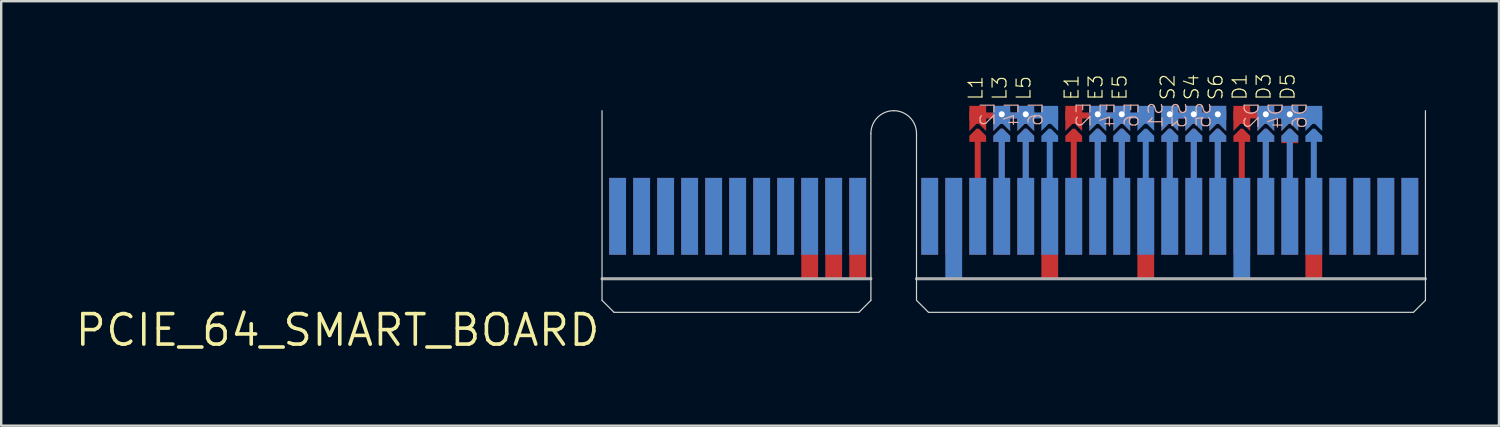
<source format=kicad_pcb>
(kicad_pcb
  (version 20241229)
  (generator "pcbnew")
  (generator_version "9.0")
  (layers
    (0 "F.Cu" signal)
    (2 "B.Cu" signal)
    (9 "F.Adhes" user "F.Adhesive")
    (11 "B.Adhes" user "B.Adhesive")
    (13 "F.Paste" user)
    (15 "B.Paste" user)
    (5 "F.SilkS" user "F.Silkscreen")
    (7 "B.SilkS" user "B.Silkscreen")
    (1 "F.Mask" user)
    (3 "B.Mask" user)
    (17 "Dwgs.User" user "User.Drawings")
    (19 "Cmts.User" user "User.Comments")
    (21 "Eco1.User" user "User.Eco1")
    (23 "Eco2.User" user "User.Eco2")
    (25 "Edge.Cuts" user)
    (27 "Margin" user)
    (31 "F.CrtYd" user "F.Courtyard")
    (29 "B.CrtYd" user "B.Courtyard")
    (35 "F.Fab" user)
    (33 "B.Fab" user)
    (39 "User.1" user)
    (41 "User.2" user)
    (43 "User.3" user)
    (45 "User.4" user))
  (footprint "PCIE_64_SMART_BOARD"
    (layer "F.Cu")
    (at 22.028 9.961)
    (property "Reference" "PCIE_64_SMART_BOARD" (at 0 0 0) (layer "F.SilkS") (effects (font (size 1.27 1.27) (thickness 0.15)) (justify right top)))
    (attr through_hole)
    (fp_line (start 15.65 -7.15) (end 15.65 -5.55) (stroke (width 0.25) (type solid)) (layer "F.Cu"))
    (fp_line (start 16.65 -7.15) (end 16.65 -5.55) (stroke (width 0.25) (type solid)) (layer "F.Cu"))
    (fp_line (start 17.65 -8.2) (end 15.6 -8.2) (stroke (width 0.25) (type solid)) (layer "F.Cu"))
    (fp_line (start 17.65 -7.15) (end 17.65 -5.55) (stroke (width 0.25) (type solid)) (layer "F.Cu"))
    (fp_line (start 19.65 -7.15) (end 19.65 -5.55) (stroke (width 0.25) (type solid)) (layer "F.Cu"))
    (fp_line (start 20.65 -7.15) (end 20.65 -5.55) (stroke (width 0.25) (type solid)) (layer "F.Cu"))
    (fp_line (start 21.65 -7.15) (end 21.65 -5.55) (stroke (width 0.25) (type solid)) (layer "F.Cu"))
    (fp_line (start 21.7 -8.2) (end 19.65 -8.2) (stroke (width 0.25) (type solid)) (layer "F.Cu"))
    (fp_line (start 23.65 -7.15) (end 23.65 -5.55) (stroke (width 0.25) (type solid)) (layer "F.Cu"))
    (fp_line (start 23.7 -8.2) (end 25.7 -8.2) (stroke (width 0.25) (type solid)) (layer "F.Cu"))
    (fp_line (start 24.65 -7.15) (end 24.65 -5.55) (stroke (width 0.25) (type solid)) (layer "F.Cu"))
    (fp_line (start 25.65 -7.15) (end 25.65 -5.55) (stroke (width 0.25) (type solid)) (layer "F.Cu"))
    (fp_line (start 26.65 -7.15) (end 26.65 -5.55) (stroke (width 0.25) (type solid)) (layer "F.Cu"))
    (fp_line (start 26.7 -8.2) (end 28.7 -8.2) (stroke (width 0.25) (type solid)) (layer "F.Cu"))
    (fp_line (start 27.65 -7.15) (end 27.65 -5.55) (stroke (width 0.25) (type solid)) (layer "F.Cu"))
    (fp_line (start 28.65 -7.1) (end 28.65 -5.55) (stroke (width 0.25) (type solid)) (layer "F.Cu"))
    (fp_line (start 28.7 -7.1) (end 28.65 -7.1) (stroke (width 0.127) (type solid)) (layer "F.Cu"))
    (fp_poly (pts (xy 15.3 -8.6) (xy 15.3 -7.55) (xy 15.6 -7.85) (xy 15.7 -7.85) (xy 16 -7.55) (xy 16 -8.6)) (stroke (width 0) (type solid)) (fill yes) (layer "F.Cu"))
    (fp_poly (pts (xy 15.3 -7.35) (xy 15.6 -7.65) (xy 15.7 -7.65) (xy 16 -7.35) (xy 16 -7.1) (xy 15.3 -7.1)) (stroke (width 0) (type solid)) (fill yes) (layer "F.Cu"))
    (fp_poly (pts (xy 16.3 -8.6) (xy 16.3 -7.55) (xy 16.6 -7.85) (xy 16.7 -7.85) (xy 17 -7.55) (xy 17 -8.6)) (stroke (width 0) (type solid)) (fill yes) (layer "F.Cu"))
    (fp_poly (pts (xy 16.3 -7.35) (xy 16.6 -7.65) (xy 16.7 -7.65) (xy 17 -7.35) (xy 17 -7.1) (xy 16.3 -7.1)) (stroke (width 0) (type solid)) (fill yes) (layer "F.Cu"))
    (fp_poly (pts (xy 17.3 -8.6) (xy 17.3 -7.55) (xy 17.6 -7.85) (xy 17.7 -7.85) (xy 18 -7.55) (xy 18 -8.6)) (stroke (width 0) (type solid)) (fill yes) (layer "F.Cu"))
    (fp_poly (pts (xy 17.3 -7.35) (xy 17.6 -7.65) (xy 17.7 -7.65) (xy 18 -7.35) (xy 18 -7.1) (xy 17.3 -7.1)) (stroke (width 0) (type solid)) (fill yes) (layer "F.Cu"))
    (fp_poly (pts (xy 19.3 -8.6) (xy 19.3 -7.55) (xy 19.6 -7.85) (xy 19.7 -7.85) (xy 20 -7.55) (xy 20 -8.6)) (stroke (width 0) (type solid)) (fill yes) (layer "F.Cu"))
    (fp_poly (pts (xy 19.3 -7.35) (xy 19.6 -7.65) (xy 19.7 -7.65) (xy 20 -7.35) (xy 20 -7.1) (xy 19.3 -7.1)) (stroke (width 0) (type solid)) (fill yes) (layer "F.Cu"))
    (fp_poly (pts (xy 20.3 -8.6) (xy 20.3 -7.55) (xy 20.6 -7.85) (xy 20.7 -7.85) (xy 21 -7.55) (xy 21 -8.6)) (stroke (width 0) (type solid)) (fill yes) (layer "F.Cu"))
    (fp_poly (pts (xy 20.3 -7.35) (xy 20.6 -7.65) (xy 20.7 -7.65) (xy 21 -7.35) (xy 21 -7.1) (xy 20.3 -7.1)) (stroke (width 0) (type solid)) (fill yes) (layer "F.Cu"))
    (fp_poly (pts (xy 21.3 -8.6) (xy 21.3 -7.55) (xy 21.6 -7.85) (xy 21.7 -7.85) (xy 22 -7.55) (xy 22 -8.6)) (stroke (width 0) (type solid)) (fill yes) (layer "F.Cu"))
    (fp_poly (pts (xy 21.3 -7.35) (xy 21.6 -7.65) (xy 21.7 -7.65) (xy 22 -7.35) (xy 22 -7.1) (xy 21.3 -7.1)) (stroke (width 0) (type solid)) (fill yes) (layer "F.Cu"))
    (fp_poly (pts (xy 23.3 -8.6) (xy 23.3 -7.55) (xy 23.6 -7.85) (xy 23.7 -7.85) (xy 24 -7.55) (xy 24 -8.6)) (stroke (width 0) (type solid)) (fill yes) (layer "F.Cu"))
    (fp_poly (pts (xy 23.3 -7.35) (xy 23.6 -7.65) (xy 23.7 -7.65) (xy 24 -7.35) (xy 24 -7.1) (xy 23.3 -7.1)) (stroke (width 0) (type solid)) (fill yes) (layer "F.Cu"))
    (fp_poly (pts (xy 24.3 -8.6) (xy 24.3 -7.55) (xy 24.6 -7.85) (xy 24.7 -7.85) (xy 25 -7.55) (xy 25 -8.6)) (stroke (width 0) (type solid)) (fill yes) (layer "F.Cu"))
    (fp_poly (pts (xy 24.3 -7.35) (xy 24.6 -7.65) (xy 24.7 -7.65) (xy 25 -7.35) (xy 25 -7.1) (xy 24.3 -7.1)) (stroke (width 0) (type solid)) (fill yes) (layer "F.Cu"))
    (fp_poly (pts (xy 25.3 -8.6) (xy 25.3 -7.55) (xy 25.6 -7.85) (xy 25.7 -7.85) (xy 26 -7.55) (xy 26 -8.6)) (stroke (width 0) (type solid)) (fill yes) (layer "F.Cu"))
    (fp_poly (pts (xy 25.3 -7.35) (xy 25.6 -7.65) (xy 25.7 -7.65) (xy 26 -7.35) (xy 26 -7.1) (xy 25.3 -7.1)) (stroke (width 0) (type solid)) (fill yes) (layer "F.Cu"))
    (fp_poly (pts (xy 26.3 -8.6) (xy 26.3 -7.55) (xy 26.6 -7.85) (xy 26.7 -7.85) (xy 27 -7.55) (xy 27 -8.6)) (stroke (width 0) (type solid)) (fill yes) (layer "F.Cu"))
    (fp_poly (pts (xy 26.3 -7.35) (xy 26.6 -7.65) (xy 26.7 -7.65) (xy 27 -7.35) (xy 27 -7.1) (xy 26.3 -7.1)) (stroke (width 0) (type solid)) (fill yes) (layer "F.Cu"))
    (fp_poly (pts (xy 27.3 -8.6) (xy 27.3 -7.55) (xy 27.6 -7.85) (xy 27.7 -7.85) (xy 28 -7.55) (xy 28 -8.6)) (stroke (width 0) (type solid)) (fill yes) (layer "F.Cu"))
    (fp_poly (pts (xy 27.3 -7.35) (xy 27.6 -7.65) (xy 27.7 -7.65) (xy 28 -7.35) (xy 28 -7.1) (xy 27.3 -7.1)) (stroke (width 0) (type solid)) (fill yes) (layer "F.Cu"))
    (fp_poly (pts (xy 28.3 -8.6) (xy 28.3 -7.55) (xy 28.6 -7.85) (xy 28.7 -7.85) (xy 29 -7.55) (xy 29 -8.6)) (stroke (width 0) (type solid)) (fill yes) (layer "F.Cu"))
    (fp_poly (pts (xy 28.3 -7.35) (xy 28.6 -7.65) (xy 28.7 -7.65) (xy 29 -7.35) (xy 29 -7.05) (xy 28.3 -7.05)) (stroke (width 0) (type solid)) (fill yes) (layer "F.Cu"))
    (fp_poly (pts (xy 15.3 -8.6) (xy 16 -8.6) (xy 16 -7.1) (xy 15.3 -7.1)) (stroke (width 0) (type solid)) (fill yes) (layer "F.Mask"))
    (fp_poly (pts (xy 16.3 -8.6) (xy 17 -8.6) (xy 17 -7.1) (xy 16.3 -7.1)) (stroke (width 0) (type solid)) (fill yes) (layer "F.Mask"))
    (fp_poly (pts (xy 17.3 -8.6) (xy 18 -8.6) (xy 18 -7.1) (xy 17.3 -7.1)) (stroke (width 0) (type solid)) (fill yes) (layer "F.Mask"))
    (fp_poly (pts (xy 19.3 -8.6) (xy 20 -8.6) (xy 20 -7.1) (xy 19.3 -7.1)) (stroke (width 0) (type solid)) (fill yes) (layer "F.Mask"))
    (fp_poly (pts (xy 20.3 -8.6) (xy 21 -8.6) (xy 21 -7.1) (xy 20.3 -7.1)) (stroke (width 0) (type solid)) (fill yes) (layer "F.Mask"))
    (fp_poly (pts (xy 21.3 -8.6) (xy 22 -8.6) (xy 22 -7.1) (xy 21.3 -7.1)) (stroke (width 0) (type solid)) (fill yes) (layer "F.Mask"))
    (fp_poly (pts (xy 23.3 -8.6) (xy 24 -8.6) (xy 24 -7.1) (xy 23.3 -7.1)) (stroke (width 0) (type solid)) (fill yes) (layer "F.Mask"))
    (fp_poly (pts (xy 24.3 -8.6) (xy 25 -8.6) (xy 25 -7.1) (xy 24.3 -7.1)) (stroke (width 0) (type solid)) (fill yes) (layer "F.Mask"))
    (fp_poly (pts (xy 25.3 -8.6) (xy 26 -8.6) (xy 26 -7.1) (xy 25.3 -7.1)) (stroke (width 0) (type solid)) (fill yes) (layer "F.Mask"))
    (fp_poly (pts (xy 26.3 -8.6) (xy 27 -8.6) (xy 27 -7.1) (xy 26.3 -7.1)) (stroke (width 0) (type solid)) (fill yes) (layer "F.Mask"))
    (fp_poly (pts (xy 27.3 -8.6) (xy 28 -8.6) (xy 28 -7.1) (xy 27.3 -7.1)) (stroke (width 0) (type solid)) (fill yes) (layer "F.Mask"))
    (fp_poly (pts (xy 28.3 -8.6) (xy 29 -8.6) (xy 29 -7.1) (xy 28.3 -7.1)) (stroke (width 0) (type solid)) (fill yes) (layer "F.Mask"))
    (fp_line (start 16.65 -7.15) (end 16.65 -5.55) (stroke (width 0.25) (type solid)) (layer "B.Cu"))
    (fp_line (start 17.65 -5.55) (end 17.65 -7.15) (stroke (width 0.25) (type solid)) (layer "B.Cu"))
    (fp_line (start 18.65 -8.2) (end 16.6 -8.2) (stroke (width 0.25) (type solid)) (layer "B.Cu"))
    (fp_line (start 18.65 -7.15) (end 18.65 -5.55) (stroke (width 0.25) (type solid)) (layer "B.Cu"))
    (fp_line (start 20.65 -7.15) (end 20.65 -5.55) (stroke (width 0.25) (type solid)) (layer "B.Cu"))
    (fp_line (start 21.65 -5.55) (end 21.65 -7.15) (stroke (width 0.25) (type solid)) (layer "B.Cu"))
    (fp_line (start 22.65 -8.2) (end 20.6 -8.2) (stroke (width 0.25) (type solid)) (layer "B.Cu"))
    (fp_line (start 22.65 -7.15) (end 22.65 -5.55) (stroke (width 0.25) (type solid)) (layer "B.Cu"))
    (fp_line (start 23.65 -5.55) (end 23.65 -7.15) (stroke (width 0.25) (type solid)) (layer "B.Cu"))
    (fp_line (start 24.65 -7.15) (end 24.65 -5.55) (stroke (width 0.25) (type solid)) (layer "B.Cu"))
    (fp_line (start 25.65 -7.15) (end 25.65 -5.55) (stroke (width 0.25) (type solid)) (layer "B.Cu"))
    (fp_line (start 25.7 -8.2) (end 23.65 -8.2) (stroke (width 0.25) (type solid)) (layer "B.Cu"))
    (fp_line (start 27.65 -7.15) (end 27.65 -5.55) (stroke (width 0.25) (type solid)) (layer "B.Cu"))
    (fp_line (start 28.65 -7.15) (end 28.65 -5.55) (stroke (width 0.25) (type solid)) (layer "B.Cu"))
    (fp_line (start 29.65 -8.2) (end 27.6 -8.2) (stroke (width 0.25) (type solid)) (layer "B.Cu"))
    (fp_line (start 29.65 -5.55) (end 29.65 -7.15) (stroke (width 0.25) (type solid)) (layer "B.Cu"))
    (fp_poly (pts (xy 16.3 -8.6) (xy 16.3 -7.55) (xy 16.6 -7.85) (xy 16.7 -7.85) (xy 17 -7.55) (xy 17 -8.6)) (stroke (width 0) (type solid)) (fill yes) (layer "B.Cu"))
    (fp_poly (pts (xy 16.3 -7.35) (xy 16.6 -7.65) (xy 16.7 -7.65) (xy 17 -7.35) (xy 17 -7.1) (xy 16.3 -7.1)) (stroke (width 0) (type solid)) (fill yes) (layer "B.Cu"))
    (fp_poly (pts (xy 17.3 -8.6) (xy 17.3 -7.55) (xy 17.6 -7.85) (xy 17.7 -7.85) (xy 18 -7.55) (xy 18 -8.6)) (stroke (width 0) (type solid)) (fill yes) (layer "B.Cu"))
    (fp_poly (pts (xy 17.3 -7.35) (xy 17.6 -7.65) (xy 17.7 -7.65) (xy 18 -7.35) (xy 18 -7.1) (xy 17.3 -7.1)) (stroke (width 0) (type solid)) (fill yes) (layer "B.Cu"))
    (fp_poly (pts (xy 18.3 -8.6) (xy 18.3 -7.55) (xy 18.6 -7.85) (xy 18.7 -7.85) (xy 19 -7.55) (xy 19 -8.6)) (stroke (width 0) (type solid)) (fill yes) (layer "B.Cu"))
    (fp_poly (pts (xy 18.3 -7.35) (xy 18.6 -7.65) (xy 18.7 -7.65) (xy 19 -7.35) (xy 19 -7.1) (xy 18.3 -7.1)) (stroke (width 0) (type solid)) (fill yes) (layer "B.Cu"))
    (fp_poly (pts (xy 20.3 -8.6) (xy 20.3 -7.55) (xy 20.6 -7.85) (xy 20.7 -7.85) (xy 21 -7.55) (xy 21 -8.6)) (stroke (width 0) (type solid)) (fill yes) (layer "B.Cu"))
    (fp_poly (pts (xy 20.3 -7.35) (xy 20.6 -7.65) (xy 20.7 -7.65) (xy 21 -7.35) (xy 21 -7.1) (xy 20.3 -7.1)) (stroke (width 0) (type solid)) (fill yes) (layer "B.Cu"))
    (fp_poly (pts (xy 21.3 -8.6) (xy 21.3 -7.55) (xy 21.6 -7.85) (xy 21.7 -7.85) (xy 22 -7.55) (xy 22 -8.6)) (stroke (width 0) (type solid)) (fill yes) (layer "B.Cu"))
    (fp_poly (pts (xy 21.3 -7.35) (xy 21.6 -7.65) (xy 21.7 -7.65) (xy 22 -7.35) (xy 22 -7.1) (xy 21.3 -7.1)) (stroke (width 0) (type solid)) (fill yes) (layer "B.Cu"))
    (fp_poly (pts (xy 22.3 -8.6) (xy 22.3 -7.55) (xy 22.6 -7.85) (xy 22.7 -7.85) (xy 23 -7.55) (xy 23 -8.6)) (stroke (width 0) (type solid)) (fill yes) (layer "B.Cu"))
    (fp_poly (pts (xy 22.3 -7.35) (xy 22.6 -7.65) (xy 22.7 -7.65) (xy 23 -7.35) (xy 23 -7.1) (xy 22.3 -7.1)) (stroke (width 0) (type solid)) (fill yes) (layer "B.Cu"))
    (fp_poly (pts (xy 23.3 -8.6) (xy 23.3 -7.55) (xy 23.6 -7.85) (xy 23.7 -7.85) (xy 24 -7.55) (xy 24 -8.6)) (stroke (width 0) (type solid)) (fill yes) (layer "B.Cu"))
    (fp_poly (pts (xy 23.3 -7.35) (xy 23.6 -7.65) (xy 23.7 -7.65) (xy 24 -7.35) (xy 24 -7.1) (xy 23.3 -7.1)) (stroke (width 0) (type solid)) (fill yes) (layer "B.Cu"))
    (fp_poly (pts (xy 24.3 -8.6) (xy 24.3 -7.55) (xy 24.6 -7.85) (xy 24.7 -7.85) (xy 25 -7.55) (xy 25 -8.6)) (stroke (width 0) (type solid)) (fill yes) (layer "B.Cu"))
    (fp_poly (pts (xy 24.3 -7.35) (xy 24.6 -7.65) (xy 24.7 -7.65) (xy 25 -7.35) (xy 25 -7.1) (xy 24.3 -7.1)) (stroke (width 0) (type solid)) (fill yes) (layer "B.Cu"))
    (fp_poly (pts (xy 25.3 -8.6) (xy 25.3 -7.55) (xy 25.6 -7.85) (xy 25.7 -7.85) (xy 26 -7.55) (xy 26 -8.6)) (stroke (width 0) (type solid)) (fill yes) (layer "B.Cu"))
    (fp_poly (pts (xy 25.3 -7.35) (xy 25.6 -7.65) (xy 25.7 -7.65) (xy 26 -7.35) (xy 26 -7.1) (xy 25.3 -7.1)) (stroke (width 0) (type solid)) (fill yes) (layer "B.Cu"))
    (fp_poly (pts (xy 27.3 -8.6) (xy 27.3 -7.55) (xy 27.6 -7.85) (xy 27.7 -7.85) (xy 28 -7.55) (xy 28 -8.6)) (stroke (width 0) (type solid)) (fill yes) (layer "B.Cu"))
    (fp_poly (pts (xy 27.3 -7.35) (xy 27.6 -7.65) (xy 27.7 -7.65) (xy 28 -7.35) (xy 28 -7.1) (xy 27.3 -7.1)) (stroke (width 0) (type solid)) (fill yes) (layer "B.Cu"))
    (fp_poly (pts (xy 28.3 -8.6) (xy 28.3 -7.55) (xy 28.6 -7.85) (xy 28.7 -7.85) (xy 29 -7.55) (xy 29 -8.6)) (stroke (width 0) (type solid)) (fill yes) (layer "B.Cu"))
    (fp_poly (pts (xy 28.3 -7.35) (xy 28.6 -7.65) (xy 28.7 -7.65) (xy 29 -7.35) (xy 29 -7.1) (xy 28.3 -7.1)) (stroke (width 0) (type solid)) (fill yes) (layer "B.Cu"))
    (fp_poly (pts (xy 29.3 -8.6) (xy 29.3 -7.55) (xy 29.6 -7.85) (xy 29.7 -7.85) (xy 30 -7.55) (xy 30 -8.6)) (stroke (width 0) (type solid)) (fill yes) (layer "B.Cu"))
    (fp_poly (pts (xy 29.3 -7.35) (xy 29.6 -7.65) (xy 29.7 -7.65) (xy 30 -7.35) (xy 30 -7.1) (xy 29.3 -7.1)) (stroke (width 0) (type solid)) (fill yes) (layer "B.Cu"))
    (fp_poly (pts (xy 16.3 -8.6) (xy 17 -8.6) (xy 17 -7.1) (xy 16.3 -7.1)) (stroke (width 0) (type solid)) (fill yes) (layer "B.Mask"))
    (fp_poly (pts (xy 17.3 -8.6) (xy 18 -8.6) (xy 18 -7.1) (xy 17.3 -7.1)) (stroke (width 0) (type solid)) (fill yes) (layer "B.Mask"))
    (fp_poly (pts (xy 18.3 -8.6) (xy 19 -8.6) (xy 19 -7.1) (xy 18.3 -7.1)) (stroke (width 0) (type solid)) (fill yes) (layer "B.Mask"))
    (fp_poly (pts (xy 20.3 -8.6) (xy 21 -8.6) (xy 21 -7.1) (xy 20.3 -7.1)) (stroke (width 0) (type solid)) (fill yes) (layer "B.Mask"))
    (fp_poly (pts (xy 21.3 -8.6) (xy 22 -8.6) (xy 22 -7.1) (xy 21.3 -7.1)) (stroke (width 0) (type solid)) (fill yes) (layer "B.Mask"))
    (fp_poly (pts (xy 22.3 -8.6) (xy 23 -8.6) (xy 23 -7.1) (xy 22.3 -7.1)) (stroke (width 0) (type solid)) (fill yes) (layer "B.Mask"))
    (fp_poly (pts (xy 23.3 -8.6) (xy 24 -8.6) (xy 24 -7.1) (xy 23.3 -7.1)) (stroke (width 0) (type solid)) (fill yes) (layer "B.Mask"))
    (fp_poly (pts (xy 24.3 -8.6) (xy 25 -8.6) (xy 25 -7.1) (xy 24.3 -7.1)) (stroke (width 0) (type solid)) (fill yes) (layer "B.Mask"))
    (fp_poly (pts (xy 25.3 -8.6) (xy 26 -8.6) (xy 26 -7.1) (xy 25.3 -7.1)) (stroke (width 0) (type solid)) (fill yes) (layer "B.Mask"))
    (fp_poly (pts (xy 27.3 -8.6) (xy 28 -8.6) (xy 28 -7.1) (xy 27.3 -7.1)) (stroke (width 0) (type solid)) (fill yes) (layer "B.Mask"))
    (fp_poly (pts (xy 28.3 -8.6) (xy 29 -8.6) (xy 29 -7.1) (xy 28.3 -7.1)) (stroke (width 0) (type solid)) (fill yes) (layer "B.Mask"))
    (fp_poly (pts (xy 29.3 -8.6) (xy 30 -8.6) (xy 30 -7.1) (xy 29.3 -7.1)) (stroke (width 0) (type solid)) (fill yes) (layer "B.Mask"))
    (fp_line (start 0 -8.4) (end 0 -0.5) (stroke (width 0.05) (type solid)) (layer "Edge.Cuts"))
    (fp_line (start 0 -0.5) (end 0.5 0) (stroke (width 0.05) (type solid)) (layer "Edge.Cuts"))
    (fp_line (start 0.5 0) (end 10.7 0) (stroke (width 0.05) (type solid)) (layer "Edge.Cuts"))
    (fp_line (start 10.7 0) (end 11.2 -0.5) (stroke (width 0.05) (type solid)) (layer "Edge.Cuts"))
    (fp_line (start 11.2 -0.5) (end 11.2 -7.45) (stroke (width 0.05) (type solid)) (layer "Edge.Cuts"))
    (fp_line (start 13.1 -7.45) (end 13.1 -0.5) (stroke (width 0.05) (type solid)) (layer "Edge.Cuts"))
    (fp_line (start 13.1 -0.5) (end 13.6 0) (stroke (width 0.05) (type solid)) (layer "Edge.Cuts"))
    (fp_line (start 13.6 0) (end 33.8 0) (stroke (width 0.05) (type solid)) (layer "Edge.Cuts"))
    (fp_line (start 33.8 0) (end 34.3 -0.5) (stroke (width 0.05) (type solid)) (layer "Edge.Cuts"))
    (fp_line (start 34.3 -0.5) (end 34.3 -8.4) (stroke (width 0.05) (type solid)) (layer "Edge.Cuts"))
    (fp_arc (start 11.2 -7.45) (mid 11.478249 -8.121751) (end 12.15 -8.4) (stroke (width 0.05) (type solid)) (layer "Edge.Cuts"))
    (fp_arc (start 12.15 -8.4) (mid 12.821751 -8.121751) (end 13.1 -7.45) (stroke (width 0.05) (type solid)) (layer "Edge.Cuts"))
    (fp_line (start 0 -1.4) (end 11.2 -1.4) (stroke (width 0.127) (type solid)) (layer "F.Fab"))
    (fp_line (start 13.1 -1.4) (end 34.3 -1.4) (stroke (width 0.127) (type solid)) (layer "F.Fab"))
    (fp_text user "E3" (at 20.9 -8.8 90) (layer "F.SilkS") (effects (font (size 0.579 0.579) (thickness 0.049)) (justify left bottom)))
    (fp_text user "S6" (at 25.9 -8.8 90) (layer "F.SilkS") (effects (font (size 0.579 0.579) (thickness 0.049)) (justify left bottom)))
    (fp_text user "D3" (at 27.9 -8.8 90) (layer "F.SilkS") (effects (font (size 0.579 0.579) (thickness 0.049)) (justify left bottom)))
    (fp_text user "E5" (at 21.9 -8.8 90) (layer "F.SilkS") (effects (font (size 0.579 0.579) (thickness 0.049)) (justify left bottom)))
    (fp_text user "D5" (at 28.9 -8.8 90) (layer "F.SilkS") (effects (font (size 0.579 0.579) (thickness 0.049)) (justify left bottom)))
    (fp_text user "L5" (at 17.9 -8.8 90) (layer "F.SilkS") (effects (font (size 0.579 0.579) (thickness 0.049)) (justify left bottom)))
    (fp_text user "L1" (at 15.9 -8.8 90) (layer "F.SilkS") (effects (font (size 0.579 0.579) (thickness 0.049)) (justify left bottom)))
    (fp_text user "S2" (at 23.9 -8.8 90) (layer "F.SilkS") (effects (font (size 0.579 0.579) (thickness 0.049)) (justify left bottom)))
    (fp_text user "D1" (at 26.9 -8.8 90) (layer "F.SilkS") (effects (font (size 0.579 0.579) (thickness 0.049)) (justify left bottom)))
    (fp_text user "E1" (at 19.9 -8.8 90) (layer "F.SilkS") (effects (font (size 0.579 0.579) (thickness 0.049)) (justify left bottom)))
    (fp_text user "L3" (at 16.9 -8.8 90) (layer "F.SilkS") (effects (font (size 0.579 0.579) (thickness 0.049)) (justify left bottom)))
    (fp_text user "S4" (at 24.9 -8.8 90) (layer "F.SilkS") (effects (font (size 0.579 0.579) (thickness 0.049)) (justify left bottom)))
    (fp_text user "S3" (at 24.4 -8.8 270) (layer "B.SilkS") (effects (font (size 0.579 0.579) (thickness 0.049)) (justify left bottom mirror)))
    (fp_text user "D2" (at 27.4 -8.8 270) (layer "B.SilkS") (effects (font (size 0.579 0.579) (thickness 0.049)) (justify left bottom mirror)))
    (fp_text user "D6" (at 29.4 -8.8 270) (layer "B.SilkS") (effects (font (size 0.579 0.579) (thickness 0.049)) (justify left bottom mirror)))
    (fp_text user "L6" (at 18.4 -8.8 270) (layer "B.SilkS") (effects (font (size 0.579 0.579) (thickness 0.049)) (justify left bottom mirror)))
    (fp_text user "S1" (at 23.4 -8.8 270) (layer "B.SilkS") (effects (font (size 0.579 0.579) (thickness 0.049)) (justify left bottom mirror)))
    (fp_text user "E4" (at 21.4 -8.8 270) (layer "B.SilkS") (effects (font (size 0.579 0.579) (thickness 0.049)) (justify left bottom mirror)))
    (fp_text user "E6" (at 22.4 -8.8 270) (layer "B.SilkS") (effects (font (size 0.579 0.579) (thickness 0.049)) (justify left bottom mirror)))
    (fp_text user "E2" (at 20.4 -8.8 270) (layer "B.SilkS") (effects (font (size 0.579 0.579) (thickness 0.049)) (justify left bottom mirror)))
    (fp_text user "S5" (at 25.4 -8.8 270) (layer "B.SilkS") (effects (font (size 0.579 0.579) (thickness 0.049)) (justify left bottom mirror)))
    (fp_text user "L2" (at 16.4 -8.8 270) (layer "B.SilkS") (effects (font (size 0.579 0.579) (thickness 0.049)) (justify left bottom mirror)))
    (fp_text user "L4" (at 17.4 -8.8 270) (layer "B.SilkS") (effects (font (size 0.579 0.579) (thickness 0.049)) (justify left bottom mirror)))
    (fp_text user "D4" (at 28.4 -8.8 270) (layer "B.SilkS") (effects (font (size 0.579 0.579) (thickness 0.049)) (justify left bottom mirror)))
    (pad "GND@1" smd rect (at 8.65 -3.5 180) (size 0.7 4.2) (layers "F.Cu" "F.Mask"))
    (pad "GND@2" smd rect (at 9.65 -3.5 180) (size 0.7 4.2) (layers "F.Cu" "F.Mask"))
    (pad "GND@3" smd rect (at 10.65 -3.5 180) (size 0.7 4.2) (layers "F.Cu" "F.Mask"))
    (pad "P$1" smd rect (at 0.65 -4) (size 0.7 3.2) (layers "B.Cu" "B.Mask"))
    (pad "P$2" smd rect (at 1.65 -4) (size 0.7 3.2) (layers "B.Cu" "B.Mask"))
    (pad "P$3" smd rect (at 2.65 -4) (size 0.7 3.2) (layers "B.Cu" "B.Mask"))
    (pad "P$4" smd rect (at 3.65 -4) (size 0.7 3.2) (layers "B.Cu" "B.Mask"))
    (pad "P$5" smd rect (at 4.65 -4) (size 0.7 3.2) (layers "B.Cu" "B.Mask"))
    (pad "P$6" smd rect (at 5.65 -4) (size 0.7 3.2) (layers "B.Cu" "B.Mask"))
    (pad "P$7" smd rect (at 6.65 -4) (size 0.7 3.2) (layers "B.Cu" "B.Mask"))
    (pad "P$8" smd rect (at 7.65 -4) (size 0.7 3.2) (layers "B.Cu" "B.Mask"))
    (pad "P$9" smd rect (at 8.65 -4) (size 0.7 3.2) (layers "B.Cu" "B.Mask"))
    (pad "P$10" smd rect (at 9.65 -4) (size 0.7 3.2) (layers "B.Cu" "B.Mask"))
    (pad "P$11" smd rect (at 10.65 -4) (size 0.7 3.2) (layers "B.Cu" "B.Mask"))
    (pad "P$12" smd rect (at 13.65 -4) (size 0.7 3.2) (layers "B.Cu" "B.Mask"))
    (pad "P$13" smd rect (at 14.65 -3.5) (size 0.7 4.2) (layers "B.Cu" "B.Mask"))
    (pad "P$14" smd rect (at 15.65 -4) (size 0.7 3.2) (layers "B.Cu" "B.Mask"))
    (pad "P$15" smd rect (at 16.65 -4) (size 0.7 3.2) (layers "B.Cu" "B.Mask"))
    (pad "P$15@1" smd rect (at 16.65 -8.2 180) (size 0.7 0.4) (layers "B.Cu" "B.Mask"))
    (pad "P$16" smd rect (at 17.65 -4) (size 0.7 3.2) (layers "B.Cu" "B.Mask"))
    (pad "P$16@1" smd rect (at 17.65 -8.2 180) (size 0.7 0.4) (layers "B.Cu" "B.Mask"))
    (pad "P$17" smd rect (at 18.65 -4) (size 0.7 3.2) (layers "B.Cu" "B.Mask"))
    (pad "P$17@1" smd rect (at 18.65 -8.2 180) (size 0.7 0.4) (layers "B.Cu" "B.Mask"))
    (pad "P$18" smd rect (at 19.65 -4) (size 0.7 3.2) (layers "B.Cu" "B.Mask"))
    (pad "P$19" smd rect (at 20.65 -4) (size 0.7 3.2) (layers "B.Cu" "B.Mask"))
    (pad "P$19@1" smd rect (at 20.65 -8.2) (size 0.7 0.4) (layers "B.Cu" "B.Mask"))
    (pad "P$20" smd rect (at 21.65 -4) (size 0.7 3.2) (layers "B.Cu" "B.Mask"))
    (pad "P$20@1" smd rect (at 21.65 -8.2) (size 0.7 0.4) (layers "B.Cu" "B.Mask"))
    (pad "P$21" smd rect (at 22.65 -4) (size 0.7 3.2) (layers "B.Cu" "B.Mask"))
    (pad "P$21@1" smd rect (at 22.65 -8.2) (size 0.7 0.4) (layers "B.Cu" "B.Mask"))
    (pad "P$22" smd rect (at 23.65 -4) (size 0.7 3.2) (layers "B.Cu" "B.Mask"))
    (pad "P$22@1" smd rect (at 23.65 -8.2) (size 0.7 0.4) (layers "B.Cu" "B.Mask"))
    (pad "P$23" smd rect (at 24.65 -4) (size 0.7 3.2) (layers "B.Cu" "B.Mask"))
    (pad "P$23@1" smd rect (at 24.65 -8.2) (size 0.7 0.4) (layers "B.Cu" "B.Mask"))
    (pad "P$24" smd rect (at 25.65 -4) (size 0.7 3.2) (layers "B.Cu" "B.Mask"))
    (pad "P$24@1" smd rect (at 25.65 -8.2) (size 0.7 0.4) (layers "B.Cu" "B.Mask"))
    (pad "P$25" smd rect (at 26.65 -3.5) (size 0.7 4.2) (layers "B.Cu" "B.Mask"))
    (pad "P$26" smd rect (at 27.65 -4) (size 0.7 3.2) (layers "B.Cu" "B.Mask"))
    (pad "P$26@1" smd rect (at 27.65 -8.2) (size 0.7 0.4) (layers "B.Cu" "B.Mask"))
    (pad "P$27" smd rect (at 28.65 -4) (size 0.7 3.2) (layers "B.Cu" "B.Mask"))
    (pad "P$27@1" smd rect (at 28.65 -8.2) (size 0.7 0.4) (layers "B.Cu" "B.Mask"))
    (pad "P$28" smd rect (at 29.65 -4) (size 0.7 3.2) (layers "B.Cu" "B.Mask"))
    (pad "P$28@1" smd rect (at 29.65 -8.2) (size 0.7 0.4) (layers "B.Cu" "B.Mask"))
    (pad "P$29" smd rect (at 30.65 -4) (size 0.7 3.2) (layers "B.Cu" "B.Mask"))
    (pad "P$30" smd rect (at 31.65 -4) (size 0.7 3.2) (layers "B.Cu" "B.Mask"))
    (pad "P$31" smd rect (at 32.65 -4) (size 0.7 3.2) (layers "B.Cu" "B.Mask"))
    (pad "P$32" smd rect (at 33.65 -4) (size 0.7 3.2) (layers "B.Cu" "B.Mask"))
    (pad "P$33" smd rect (at 0.65 -4 180) (size 0.7 3.2) (layers "F.Cu" "F.Mask"))
    (pad "P$34" smd rect (at 1.65 -4 180) (size 0.7 3.2) (layers "F.Cu" "F.Mask"))
    (pad "P$35" smd rect (at 2.65 -4 180) (size 0.7 3.2) (layers "F.Cu" "F.Mask"))
    (pad "P$36" smd rect (at 3.65 -4 180) (size 0.7 3.2) (layers "F.Cu" "F.Mask"))
    (pad "P$37" smd rect (at 4.65 -4 180) (size 0.7 3.2) (layers "F.Cu" "F.Mask"))
    (pad "P$38" smd rect (at 5.65 -4 180) (size 0.7 3.2) (layers "F.Cu" "F.Mask"))
    (pad "P$39" smd rect (at 6.65 -4 180) (size 0.7 3.2) (layers "F.Cu" "F.Mask"))
    (pad "P$40" smd rect (at 7.65 -4 180) (size 0.7 3.2) (layers "F.Cu" "F.Mask"))
    (pad "P$41" thru_hole circle (at 21.65 -8.25 90) (size 0.305 0.305) (drill 0.254) (layers "*.Cu" "*.Mask"))
    (pad "P$42" thru_hole circle (at 17.65 -8.25 90) (size 0.305 0.305) (drill 0.254) (layers "*.Cu" "*.Mask"))
    (pad "P$43" thru_hole circle (at 16.65 -8.25 90) (size 0.305 0.305) (drill 0.254) (layers "*.Cu" "*.Mask"))
    (pad "P$44" smd rect (at 13.65 -4 180) (size 0.7 3.2) (layers "F.Cu" "F.Mask"))
    (pad "P$45" smd rect (at 14.65 -4 180) (size 0.7 3.2) (layers "F.Cu" "F.Mask"))
    (pad "P$46" smd rect (at 15.65 -4 180) (size 0.7 3.2) (layers "F.Cu" "F.Mask"))
    (pad "P$46@1" smd rect (at 15.65 -8.2) (size 0.7 0.4) (layers "F.Cu" "F.Mask"))
    (pad "P$47" smd rect (at 16.65 -4 180) (size 0.7 3.2) (layers "F.Cu" "F.Mask"))
    (pad "P$47@1" smd rect (at 16.65 -8.2) (size 0.7 0.4) (layers "F.Cu" "F.Mask"))
    (pad "P$48" smd rect (at 17.65 -4 180) (size 0.7 3.2) (layers "F.Cu" "F.Mask"))
    (pad "P$48@1" smd rect (at 17.65 -8.2) (size 0.7 0.4) (layers "F.Cu" "F.Mask"))
    (pad "P$49" smd rect (at 18.65 -3.5 180) (size 0.7 4.2) (layers "F.Cu" "F.Mask"))
    (pad "P$50" smd rect (at 19.65 -4 180) (size 0.7 3.2) (layers "F.Cu" "F.Mask"))
    (pad "P$50@1" smd rect (at 19.65 -8.2) (size 0.7 0.4) (layers "F.Cu" "F.Mask"))
    (pad "P$51" smd rect (at 20.65 -4 180) (size 0.7 3.2) (layers "F.Cu" "F.Mask"))
    (pad "P$51@1" smd rect (at 20.65 -8.2) (size 0.7 0.4) (layers "F.Cu" "F.Mask"))
    (pad "P$52" smd rect (at 21.65 -4 180) (size 0.7 3.2) (layers "F.Cu" "F.Mask"))
    (pad "P$52@1" smd rect (at 21.65 -8.2) (size 0.7 0.4) (layers "F.Cu" "F.Mask"))
    (pad "P$53" smd rect (at 22.65 -3.5 180) (size 0.7 4.2) (layers "F.Cu" "F.Mask"))
    (pad "P$54" smd rect (at 23.65 -4 180) (size 0.7 3.2) (layers "F.Cu" "F.Mask"))
    (pad "P$54@1" smd rect (at 23.65 -8.2) (size 0.7 0.4) (layers "F.Cu" "F.Mask"))
    (pad "P$55" smd rect (at 24.65 -4 180) (size 0.7 3.2) (layers "F.Cu" "F.Mask"))
    (pad "P$55@1" smd rect (at 24.65 -8.2) (size 0.7 0.4) (layers "F.Cu" "F.Mask"))
    (pad "P$56" smd rect (at 25.65 -4 180) (size 0.7 3.2) (layers "F.Cu" "F.Mask"))
    (pad "P$56@1" smd rect (at 25.65 -8.2) (size 0.7 0.4) (layers "F.Cu" "F.Mask"))
    (pad "P$57" smd rect (at 26.65 -4 180) (size 0.7 3.2) (layers "F.Cu" "F.Mask"))
    (pad "P$57@1" smd rect (at 26.65 -8.2) (size 0.7 0.4) (layers "F.Cu" "F.Mask"))
    (pad "P$58" smd rect (at 27.65 -4 180) (size 0.7 3.2) (layers "F.Cu" "F.Mask"))
    (pad "P$58@1" smd rect (at 27.65 -8.2) (size 0.7 0.4) (layers "F.Cu" "F.Mask"))
    (pad "P$59" smd rect (at 28.65 -4 180) (size 0.7 3.2) (layers "F.Cu" "F.Mask"))
    (pad "P$59@1" smd rect (at 28.65 -8.2) (size 0.7 0.4) (layers "F.Cu" "F.Mask"))
    (pad "P$60" smd rect (at 29.65 -3.5 180) (size 0.7 4.2) (layers "F.Cu" "F.Mask"))
    (pad "P$61" smd rect (at 30.65 -4 180) (size 0.7 3.2) (layers "F.Cu" "F.Mask"))
    (pad "P$62" smd rect (at 31.65 -4 180) (size 0.7 3.2) (layers "F.Cu" "F.Mask"))
    (pad "P$63" smd rect (at 32.65 -4 180) (size 0.7 3.2) (layers "F.Cu" "F.Mask"))
    (pad "P$64" smd rect (at 33.65 -4 180) (size 0.7 3.2) (layers "F.Cu" "F.Mask"))
    (pad "P$65" thru_hole circle (at 20.65 -8.25 90) (size 0.305 0.305) (drill 0.254) (layers "*.Cu" "*.Mask"))
    (pad "P$66" thru_hole circle (at 23.65 -8.25 90) (size 0.305 0.305) (drill 0.254) (layers "*.Cu" "*.Mask"))
    (pad "P$67" thru_hole circle (at 24.65 -8.25 90) (size 0.305 0.305) (drill 0.254) (layers "*.Cu" "*.Mask"))
    (pad "P$68" thru_hole circle (at 27.65 -8.25 90) (size 0.305 0.305) (drill 0.254) (layers "*.Cu" "*.Mask"))
    (pad "P$69" thru_hole circle (at 28.65 -8.25 90) (size 0.305 0.305) (drill 0.254) (layers "*.Cu" "*.Mask"))
    (pad "P$70" thru_hole circle (at 25.65 -8.25 90) (size 0.305 0.305) (drill 0.254) (layers "*.Cu" "*.Mask")))
  (gr_rect
    (start -3 -3)
    (end 59.391 14.681)
    (stroke (width 0.1) (type default))
    (fill no)
    (layer "Edge.Cuts")))
</source>
